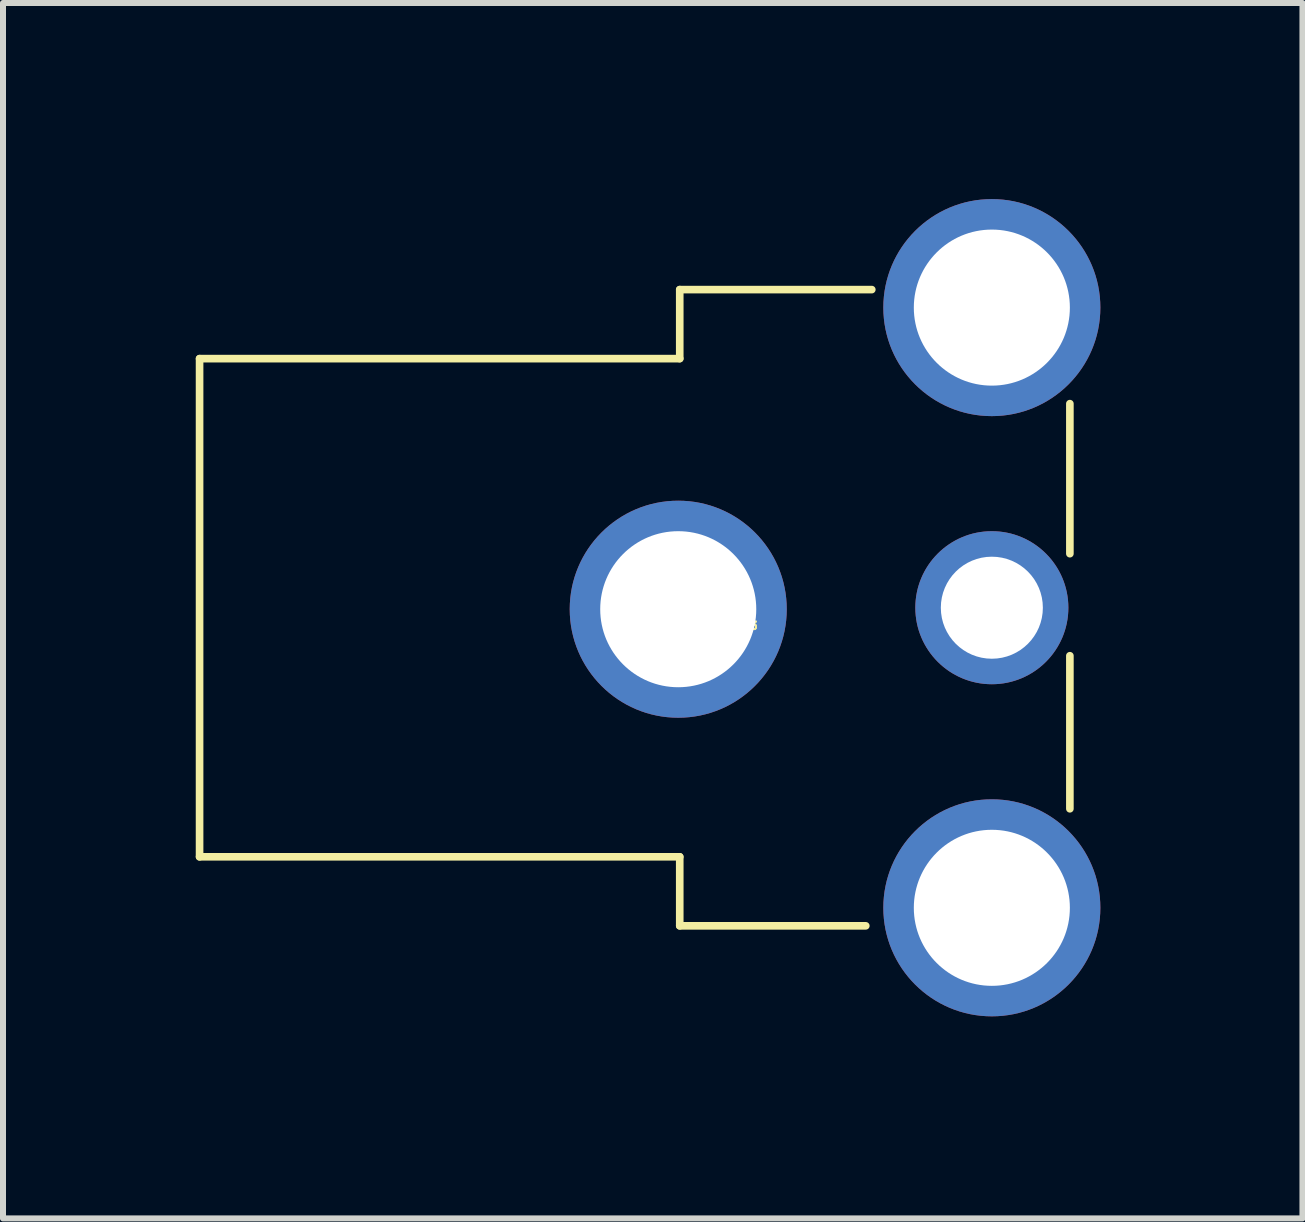
<source format=kicad_pcb>
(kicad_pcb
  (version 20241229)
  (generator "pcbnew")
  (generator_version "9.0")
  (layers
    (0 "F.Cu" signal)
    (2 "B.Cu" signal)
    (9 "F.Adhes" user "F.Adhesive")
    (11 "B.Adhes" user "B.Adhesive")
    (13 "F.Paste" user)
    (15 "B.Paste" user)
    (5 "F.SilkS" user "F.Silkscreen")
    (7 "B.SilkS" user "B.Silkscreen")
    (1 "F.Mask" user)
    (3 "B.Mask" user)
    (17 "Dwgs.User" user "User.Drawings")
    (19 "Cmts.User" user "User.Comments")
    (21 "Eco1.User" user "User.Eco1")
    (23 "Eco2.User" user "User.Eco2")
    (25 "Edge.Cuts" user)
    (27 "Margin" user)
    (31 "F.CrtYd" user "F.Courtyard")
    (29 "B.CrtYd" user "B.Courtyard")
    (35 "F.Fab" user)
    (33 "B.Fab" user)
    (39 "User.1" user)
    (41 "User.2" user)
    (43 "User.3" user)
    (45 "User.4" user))
  (footprint "CUI_RCJ-013"
    (layer "F.Cu")
    (at 7.525 7.075)
    (property "Reference" "CUI_RCJ-013" (at 1.4 0.3 0) (layer "F.SilkS") (effects (font (size 0.127 0.127) (thickness 0.032))))
    (attr through_hole)
    (fp_line (start -7.25 -4.15) (end -7.25 4.15) (stroke (width 0.127) (type solid)) (layer "F.SilkS"))
    (fp_line (start -7.25 4.15) (end 0.75 4.15) (stroke (width 0.127) (type solid)) (layer "F.SilkS"))
    (fp_line (start 0.75 -5.3) (end 0.75 -4.15) (stroke (width 0.127) (type solid)) (layer "F.SilkS"))
    (fp_line (start 0.75 -4.15) (end -7.25 -4.15) (stroke (width 0.127) (type solid)) (layer "F.SilkS"))
    (fp_line (start 0.75 4.15) (end 0.75 5.3) (stroke (width 0.127) (type solid)) (layer "F.SilkS"))
    (fp_line (start 0.75 5.3) (end 3.85 5.3) (stroke (width 0.127) (type solid)) (layer "F.SilkS"))
    (fp_line (start 3.95 -5.3) (end 0.75 -5.3) (stroke (width 0.127) (type solid)) (layer "F.SilkS"))
    (fp_line (start 7.25 -0.9) (end 7.25 -3.4) (stroke (width 0.127) (type solid)) (layer "F.SilkS"))
    (fp_line (start 7.25 3.35) (end 7.25 0.8) (stroke (width 0.127) (type solid)) (layer "F.SilkS"))
    (fp_line (start -7.5 -4.4) (end -7.5 4.4) (stroke (width 0.05) (type solid)) (layer "Eco1.User"))
    (fp_line (start -7.5 4.4) (end 0.5 4.4) (stroke (width 0.05) (type solid)) (layer "Eco1.User"))
    (fp_line (start 0.5 -5.75) (end 0.5 -4.4) (stroke (width 0.05) (type solid)) (layer "Eco1.User"))
    (fp_line (start 0.5 -4.4) (end -7.5 -4.4) (stroke (width 0.05) (type solid)) (layer "Eco1.User"))
    (fp_line (start 0.5 4.4) (end 0.5 5.55) (stroke (width 0.05) (type solid)) (layer "Eco1.User"))
    (fp_line (start 0.5 5.55) (end 3.9 5.55) (stroke (width 0.05) (type solid)) (layer "Eco1.User"))
    (fp_line (start 3.9 -7.05) (end 8.1 -7.05) (stroke (width 0.05) (type solid)) (layer "Eco1.User"))
    (fp_line (start 3.9 -5.75) (end 0.5 -5.75) (stroke (width 0.05) (type solid)) (layer "Eco1.User"))
    (fp_line (start 3.9 -5.75) (end 3.9 -7.05) (stroke (width 0.05) (type solid)) (layer "Eco1.User"))
    (fp_line (start 3.9 7.15) (end 3.9 5.55) (stroke (width 0.05) (type solid)) (layer "Eco1.User"))
    (fp_line (start 7.6 -3.65) (end 7.6 3.55) (stroke (width 0.05) (type solid)) (layer "Eco1.User"))
    (fp_line (start 7.6 3.55) (end 8.1 3.55) (stroke (width 0.05) (type solid)) (layer "Eco1.User"))
    (fp_line (start 8.1 -7.05) (end 8.1 -3.65) (stroke (width 0.05) (type solid)) (layer "Eco1.User"))
    (fp_line (start 8.1 -3.65) (end 7.6 -3.65) (stroke (width 0.05) (type solid)) (layer "Eco1.User"))
    (fp_line (start 8.1 7.15) (end 3.9 7.15) (stroke (width 0.05) (type solid)) (layer "Eco1.User"))
    (fp_line (start 8.1 7.15) (end 8.1 3.55) (stroke (width 0.05) (type solid)) (layer "Eco1.User"))
    (fp_line (start -7.25 -4.15) (end -7.25 4.15) (stroke (width 0.127) (type solid)) (layer "Eco2.User"))
    (fp_line (start -7.25 4.15) (end 0.75 4.15) (stroke (width 0.127) (type solid)) (layer "Eco2.User"))
    (fp_line (start 0.75 -5.3) (end 0.75 -4.15) (stroke (width 0.127) (type solid)) (layer "Eco2.User"))
    (fp_line (start 0.75 -4.15) (end -7.25 -4.15) (stroke (width 0.127) (type solid)) (layer "Eco2.User"))
    (fp_line (start 0.75 4.15) (end 0.75 5.3) (stroke (width 0.127) (type solid)) (layer "Eco2.User"))
    (fp_line (start 0.75 5.3) (end 7.25 5.3) (stroke (width 0.127) (type solid)) (layer "Eco2.User"))
    (fp_line (start 7.25 -5.3) (end 0.75 -5.3) (stroke (width 0.127) (type solid)) (layer "Eco2.User"))
    (fp_line (start 7.25 5.3) (end 7.25 -5.3) (stroke (width 0.127) (type solid)) (layer "Eco2.User"))
    (pad "1A" thru_hole circle (at 5.95 -5) (size 3.616 3.616) (drill 2.6) (layers "*.Cu" "*.Mask"))
    (pad "1B" thru_hole circle (at 5.95 5) (size 3.616 3.616) (drill 2.6) (layers "*.Cu" "*.Mask"))
    (pad "1C" thru_hole circle (at 0.725 0.025) (size 3.616 3.616) (drill 2.6) (layers "*.Cu" "*.Mask"))
    (pad "2" thru_hole circle (at 5.95 0) (size 2.55 2.55) (drill 1.7) (layers "*.Cu" "*.Mask")))
  (gr_rect
    (start -3 -3)
    (end 18.65 17.25)
    (stroke (width 0.1) (type default))
    (fill no)
    (layer "Edge.Cuts")))
</source>
